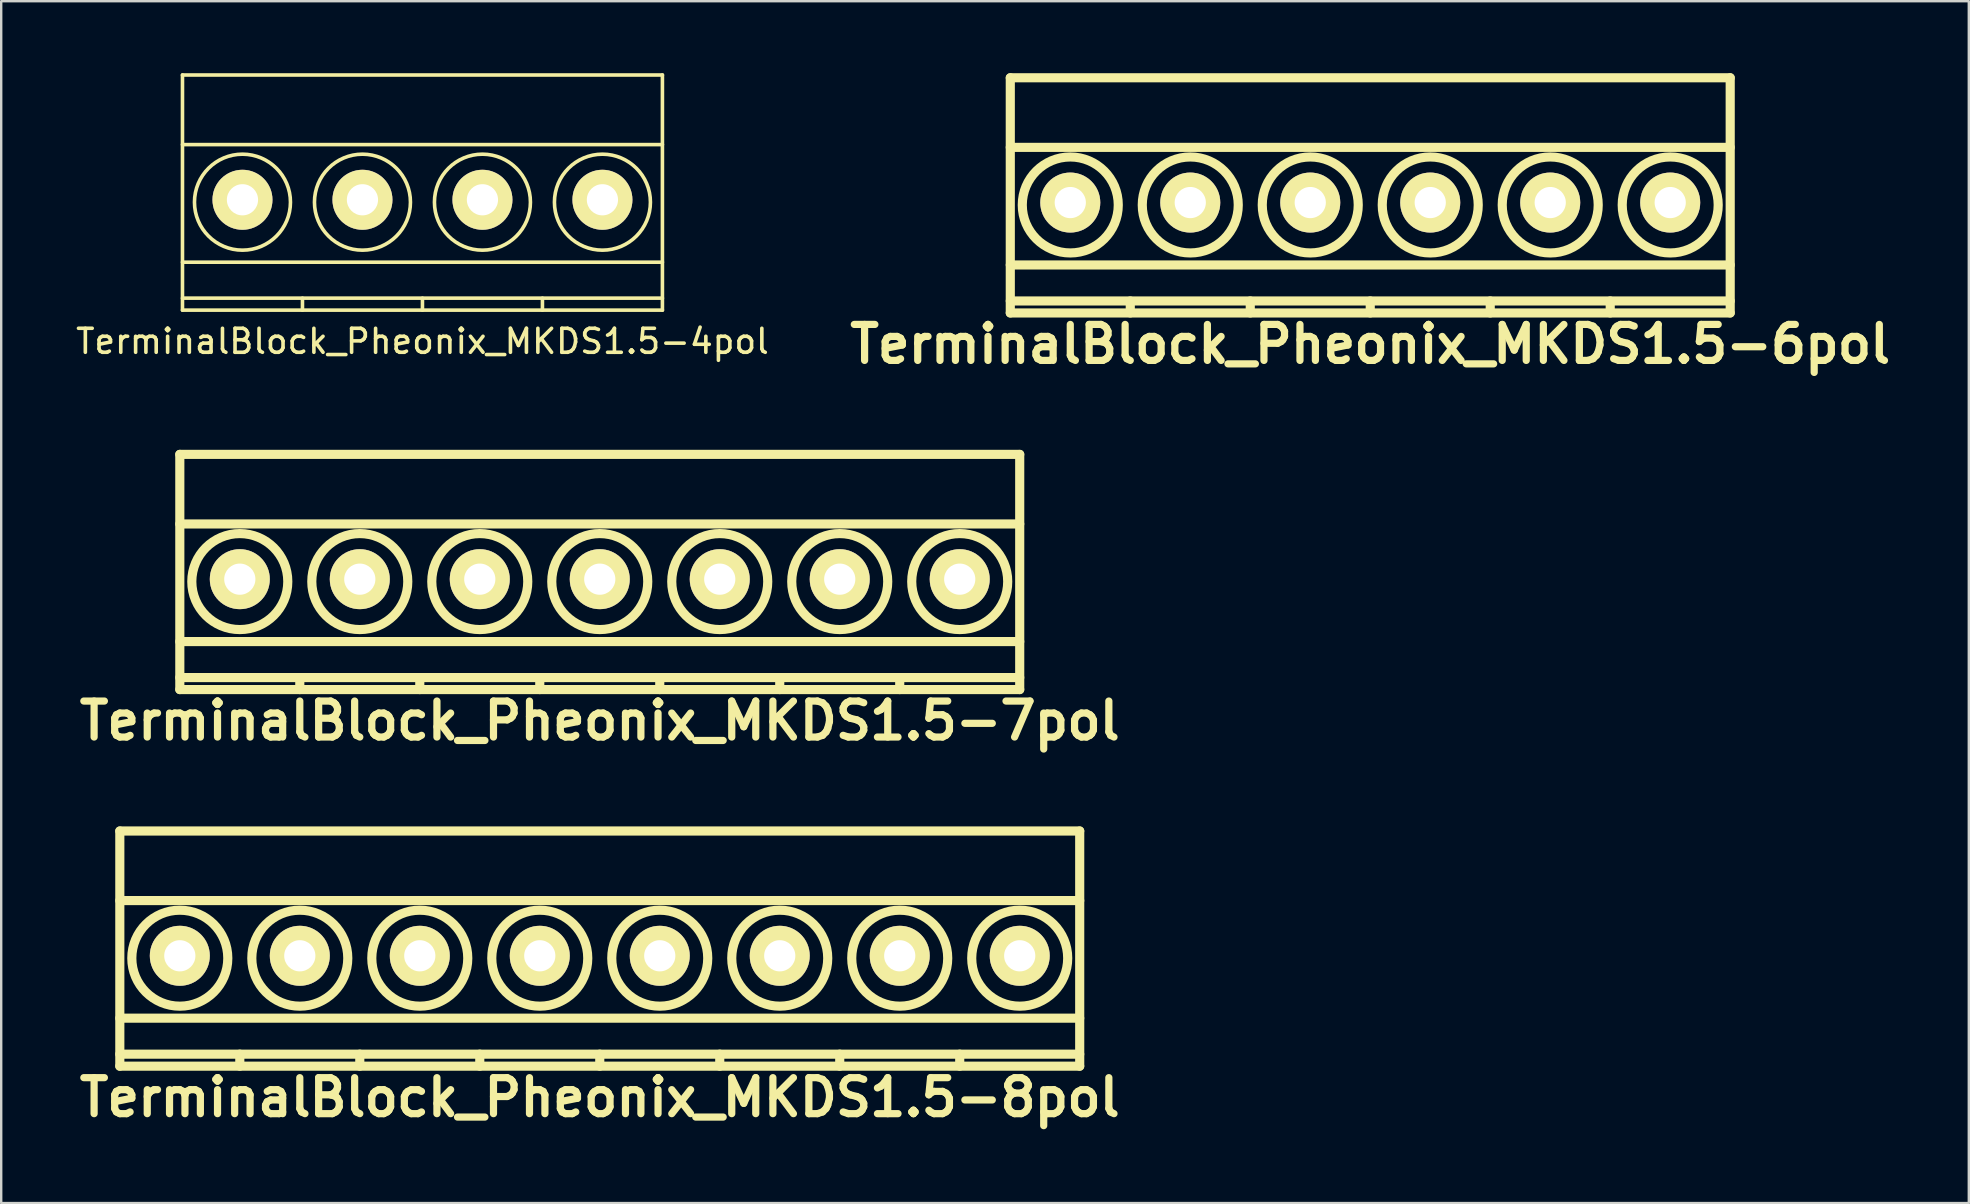
<source format=kicad_pcb>
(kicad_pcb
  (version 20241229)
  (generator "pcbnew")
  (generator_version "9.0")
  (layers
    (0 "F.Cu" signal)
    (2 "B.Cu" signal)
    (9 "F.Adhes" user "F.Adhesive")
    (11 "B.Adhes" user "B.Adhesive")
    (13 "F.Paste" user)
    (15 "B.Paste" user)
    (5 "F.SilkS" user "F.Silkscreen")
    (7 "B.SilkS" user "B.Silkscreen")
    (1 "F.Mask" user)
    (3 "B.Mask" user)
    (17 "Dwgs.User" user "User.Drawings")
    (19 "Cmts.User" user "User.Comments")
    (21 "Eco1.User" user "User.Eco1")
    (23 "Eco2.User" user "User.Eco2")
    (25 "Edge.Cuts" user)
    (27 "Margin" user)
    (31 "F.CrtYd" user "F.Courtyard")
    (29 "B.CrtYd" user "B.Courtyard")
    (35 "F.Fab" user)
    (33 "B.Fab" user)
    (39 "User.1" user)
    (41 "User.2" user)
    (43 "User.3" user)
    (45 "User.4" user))
  (footprint "TerminalBlock_Pheonix_MKDS1.5-7pol"
    (layer "F.Cu")
    (at 21.943 21.085)
    (property "Reference" "TerminalBlock_Pheonix_MKDS1.5-7pol" (at 0 5.9 0) (layer "F.SilkS") (effects (font (size 1.5 1.5) (thickness 0.3))))
    (attr through_hole)
    (fp_line (start -17.5 -5.2) (end -17.5 4.6) (stroke (width 0.381) (type solid)) (layer "F.SilkS"))
    (fp_line (start -17.5 -2.3) (end 17.5 -2.3) (stroke (width 0.381) (type solid)) (layer "F.SilkS"))
    (fp_line (start -17.5 2.6) (end 17.5 2.6) (stroke (width 0.381) (type solid)) (layer "F.SilkS"))
    (fp_line (start -17.5 4.1) (end 17.5 4.1) (stroke (width 0.381) (type solid)) (layer "F.SilkS"))
    (fp_line (start -17.5 4.6) (end 17.5 4.6) (stroke (width 0.381) (type solid)) (layer "F.SilkS"))
    (fp_line (start -12.5 4.1) (end -12.5 4.6) (stroke (width 0.381) (type solid)) (layer "F.SilkS"))
    (fp_line (start -7.5 4.1) (end -7.5 4.6) (stroke (width 0.381) (type solid)) (layer "F.SilkS"))
    (fp_line (start -2.5 4.1) (end -2.5 4.6) (stroke (width 0.381) (type solid)) (layer "F.SilkS"))
    (fp_line (start 2.5 4.1) (end 2.5 4.6) (stroke (width 0.381) (type solid)) (layer "F.SilkS"))
    (fp_line (start 7.5 4.1) (end 7.5 4.6) (stroke (width 0.381) (type solid)) (layer "F.SilkS"))
    (fp_line (start 12.5 4.1) (end 12.5 4.6) (stroke (width 0.381) (type solid)) (layer "F.SilkS"))
    (fp_line (start 17.5 -5.2) (end -17.5 -5.2) (stroke (width 0.381) (type solid)) (layer "F.SilkS"))
    (fp_line (start 17.5 4.6) (end 17.5 -5.2) (stroke (width 0.381) (type solid)) (layer "F.SilkS"))
    (fp_circle (center -15 0.1) (end -13 0.1) (stroke (width 0.381) (type solid)) (fill no) (layer "F.SilkS"))
    (fp_circle (center -10 0.1) (end -12 0.1) (stroke (width 0.381) (type solid)) (fill no) (layer "F.SilkS"))
    (fp_circle (center -5 0.1) (end -7 0.1) (stroke (width 0.381) (type solid)) (fill no) (layer "F.SilkS"))
    (fp_circle (center 0 0.1) (end -2 0.1) (stroke (width 0.381) (type solid)) (fill no) (layer "F.SilkS"))
    (fp_circle (center 5 0.1) (end 3 0.1) (stroke (width 0.381) (type solid)) (fill no) (layer "F.SilkS"))
    (fp_circle (center 10 0.1) (end 8 0.1) (stroke (width 0.381) (type solid)) (fill no) (layer "F.SilkS"))
    (fp_circle (center 15 0.1) (end 13 0.1) (stroke (width 0.381) (type solid)) (fill no) (layer "F.SilkS"))
    (pad "1" thru_hole circle (at -15 0) (size 2.5 2.5) (drill 1.3) (layers "*.Cu" "*.Mask" "F.SilkS"))
    (pad "2" thru_hole circle (at -10 0) (size 2.5 2.5) (drill 1.3) (layers "*.Cu" "*.Mask" "F.SilkS"))
    (pad "3" thru_hole circle (at -5 0) (size 2.5 2.5) (drill 1.3) (layers "*.Cu" "*.Mask" "F.SilkS"))
    (pad "4" thru_hole circle (at 0 0) (size 2.5 2.5) (drill 1.3) (layers "*.Cu" "*.Mask" "F.SilkS"))
    (pad "5" thru_hole circle (at 5 0) (size 2.5 2.5) (drill 1.3) (layers "*.Cu" "*.Mask" "F.SilkS"))
    (pad "6" thru_hole circle (at 10 0) (size 2.5 2.5) (drill 1.3) (layers "*.Cu" "*.Mask" "F.SilkS"))
    (pad "7" thru_hole circle (at 15 0) (size 2.5 2.5) (drill 1.3) (layers "*.Cu" "*.Mask" "F.SilkS")))
  (footprint "TerminalBlock_Pheonix_MKDS1.5-8pol"
    (layer "F.Cu")
    (at 21.943 36.779)
    (property "Reference" "TerminalBlock_Pheonix_MKDS1.5-8pol" (at 0 5.9 0) (layer "F.SilkS") (effects (font (size 1.5 1.5) (thickness 0.3))))
    (attr through_hole)
    (fp_line (start -20 -5.2) (end -20 4.6) (stroke (width 0.381) (type solid)) (layer "F.SilkS"))
    (fp_line (start -20 -2.3) (end 20 -2.3) (stroke (width 0.381) (type solid)) (layer "F.SilkS"))
    (fp_line (start -20 2.6) (end 20 2.6) (stroke (width 0.381) (type solid)) (layer "F.SilkS"))
    (fp_line (start -20 4.1) (end 20 4.1) (stroke (width 0.381) (type solid)) (layer "F.SilkS"))
    (fp_line (start -20 4.6) (end 20 4.6) (stroke (width 0.381) (type solid)) (layer "F.SilkS"))
    (fp_line (start -15 4.1) (end -15 4.6) (stroke (width 0.381) (type solid)) (layer "F.SilkS"))
    (fp_line (start -10 4.1) (end -10 4.6) (stroke (width 0.381) (type solid)) (layer "F.SilkS"))
    (fp_line (start -5 4.1) (end -5 4.6) (stroke (width 0.381) (type solid)) (layer "F.SilkS"))
    (fp_line (start 0 4.1) (end 0 4.6) (stroke (width 0.381) (type solid)) (layer "F.SilkS"))
    (fp_line (start 5 4.1) (end 5 4.6) (stroke (width 0.381) (type solid)) (layer "F.SilkS"))
    (fp_line (start 10 4.1) (end 10 4.6) (stroke (width 0.381) (type solid)) (layer "F.SilkS"))
    (fp_line (start 15 4.1) (end 15 4.6) (stroke (width 0.381) (type solid)) (layer "F.SilkS"))
    (fp_line (start 20 -5.2) (end -20 -5.2) (stroke (width 0.381) (type solid)) (layer "F.SilkS"))
    (fp_line (start 20 4.6) (end 20 -5.2) (stroke (width 0.381) (type solid)) (layer "F.SilkS"))
    (fp_circle (center -17.5 0.1) (end -15.5 0.1) (stroke (width 0.381) (type solid)) (fill no) (layer "F.SilkS"))
    (fp_circle (center -12.5 0.1) (end -14.5 0.1) (stroke (width 0.381) (type solid)) (fill no) (layer "F.SilkS"))
    (fp_circle (center -7.5 0.1) (end -9.5 0.1) (stroke (width 0.381) (type solid)) (fill no) (layer "F.SilkS"))
    (fp_circle (center -2.5 0.1) (end -4.5 0.1) (stroke (width 0.381) (type solid)) (fill no) (layer "F.SilkS"))
    (fp_circle (center 2.5 0.1) (end 0.5 0.1) (stroke (width 0.381) (type solid)) (fill no) (layer "F.SilkS"))
    (fp_circle (center 7.5 0.1) (end 5.5 0.1) (stroke (width 0.381) (type solid)) (fill no) (layer "F.SilkS"))
    (fp_circle (center 12.5 0.1) (end 10.5 0.1) (stroke (width 0.381) (type solid)) (fill no) (layer "F.SilkS"))
    (fp_circle (center 17.5 0.1) (end 15.5 0.1) (stroke (width 0.381) (type solid)) (fill no) (layer "F.SilkS"))
    (pad "1" thru_hole circle (at -17.5 0) (size 2.5 2.5) (drill 1.3) (layers "*.Cu" "*.Mask" "F.SilkS"))
    (pad "2" thru_hole circle (at -12.5 0) (size 2.5 2.5) (drill 1.3) (layers "*.Cu" "*.Mask" "F.SilkS"))
    (pad "3" thru_hole circle (at -7.5 0) (size 2.5 2.5) (drill 1.3) (layers "*.Cu" "*.Mask" "F.SilkS"))
    (pad "4" thru_hole circle (at -2.5 0) (size 2.5 2.5) (drill 1.3) (layers "*.Cu" "*.Mask" "F.SilkS"))
    (pad "5" thru_hole circle (at 2.5 0) (size 2.5 2.5) (drill 1.3) (layers "*.Cu" "*.Mask" "F.SilkS"))
    (pad "6" thru_hole circle (at 7.5 0) (size 2.5 2.5) (drill 1.3) (layers "*.Cu" "*.Mask" "F.SilkS"))
    (pad "7" thru_hole circle (at 12.5 0) (size 2.5 2.5) (drill 1.3) (layers "*.Cu" "*.Mask" "F.SilkS"))
    (pad "8" thru_hole circle (at 17.5 0) (size 2.5 2.5) (drill 1.3) (layers "*.Cu" "*.Mask" "F.SilkS")))
  (footprint "TerminalBlock_Pheonix_MKDS1.5-4pol"
    (layer "F.Cu")
    (at 14.554 5.275)
    (property "Reference" "TerminalBlock_Pheonix_MKDS1.5-4pol" (at 0 5.9 0) (layer "F.SilkS") (effects (font (size 1 1) (thickness 0.15))))
    (attr through_hole)
    (fp_line (start -10 -5.2) (end -10 4.6) (stroke (width 0.15) (type solid)) (layer "F.SilkS"))
    (fp_line (start -10 -2.3) (end 10 -2.3) (stroke (width 0.15) (type solid)) (layer "F.SilkS"))
    (fp_line (start -10 2.6) (end 10 2.6) (stroke (width 0.15) (type solid)) (layer "F.SilkS"))
    (fp_line (start -10 4.1) (end 10 4.1) (stroke (width 0.15) (type solid)) (layer "F.SilkS"))
    (fp_line (start -10 4.6) (end 10 4.6) (stroke (width 0.15) (type solid)) (layer "F.SilkS"))
    (fp_line (start -5 4.1) (end -5 4.6) (stroke (width 0.15) (type solid)) (layer "F.SilkS"))
    (fp_line (start 0 4.1) (end 0 4.6) (stroke (width 0.15) (type solid)) (layer "F.SilkS"))
    (fp_line (start 5 4.1) (end 5 4.6) (stroke (width 0.15) (type solid)) (layer "F.SilkS"))
    (fp_line (start 10 -5.2) (end -10 -5.2) (stroke (width 0.15) (type solid)) (layer "F.SilkS"))
    (fp_line (start 10 4.6) (end 10 -5.2) (stroke (width 0.15) (type solid)) (layer "F.SilkS"))
    (fp_circle (center -7.5 0.1) (end -5.5 0.1) (stroke (width 0.15) (type solid)) (fill no) (layer "F.SilkS"))
    (fp_circle (center -2.5 0.1) (end -4.5 0.1) (stroke (width 0.15) (type solid)) (fill no) (layer "F.SilkS"))
    (fp_circle (center 2.5 0.1) (end 0.5 0.1) (stroke (width 0.15) (type solid)) (fill no) (layer "F.SilkS"))
    (fp_circle (center 7.5 0.1) (end 5.5 0.1) (stroke (width 0.15) (type solid)) (fill no) (layer "F.SilkS"))
    (pad "1" thru_hole circle (at -7.5 0) (size 2.5 2.5) (drill 1.3) (layers "*.Cu" "*.Mask" "F.SilkS"))
    (pad "2" thru_hole circle (at -2.5 0) (size 2.5 2.5) (drill 1.3) (layers "*.Cu" "*.Mask" "F.SilkS"))
    (pad "3" thru_hole circle (at 2.5 0) (size 2.5 2.5) (drill 1.3) (layers "*.Cu" "*.Mask" "F.SilkS"))
    (pad "4" thru_hole circle (at 7.5 0) (size 2.5 2.5) (drill 1.3) (layers "*.Cu" "*.Mask" "F.SilkS")))
  (footprint "TerminalBlock_Pheonix_MKDS1.5-6pol"
    (layer "F.Cu")
    (at 54.05 5.391)
    (property "Reference" "TerminalBlock_Pheonix_MKDS1.5-6pol" (at 0 5.9 0) (layer "F.SilkS") (effects (font (size 1.5 1.5) (thickness 0.3))))
    (attr through_hole)
    (fp_line (start -15 -5.2) (end -15 4.6) (stroke (width 0.381) (type solid)) (layer "F.SilkS"))
    (fp_line (start -15 -2.3) (end 15 -2.3) (stroke (width 0.381) (type solid)) (layer "F.SilkS"))
    (fp_line (start -15 2.6) (end 15 2.6) (stroke (width 0.381) (type solid)) (layer "F.SilkS"))
    (fp_line (start -15 4.1) (end 15 4.1) (stroke (width 0.381) (type solid)) (layer "F.SilkS"))
    (fp_line (start -15 4.6) (end 15 4.6) (stroke (width 0.381) (type solid)) (layer "F.SilkS"))
    (fp_line (start -10 4.1) (end -10 4.6) (stroke (width 0.381) (type solid)) (layer "F.SilkS"))
    (fp_line (start -5 4.1) (end -5 4.6) (stroke (width 0.381) (type solid)) (layer "F.SilkS"))
    (fp_line (start 0 4.1) (end 0 4.6) (stroke (width 0.381) (type solid)) (layer "F.SilkS"))
    (fp_line (start 5 4.1) (end 5 4.6) (stroke (width 0.381) (type solid)) (layer "F.SilkS"))
    (fp_line (start 10 4.1) (end 10 4.6) (stroke (width 0.381) (type solid)) (layer "F.SilkS"))
    (fp_line (start 15 -5.2) (end -15 -5.2) (stroke (width 0.381) (type solid)) (layer "F.SilkS"))
    (fp_line (start 15 4.6) (end 15 -5.2) (stroke (width 0.381) (type solid)) (layer "F.SilkS"))
    (fp_circle (center -12.5 0.1) (end -10.5 0.1) (stroke (width 0.381) (type solid)) (fill no) (layer "F.SilkS"))
    (fp_circle (center -7.5 0.1) (end -9.5 0.1) (stroke (width 0.381) (type solid)) (fill no) (layer "F.SilkS"))
    (fp_circle (center -2.5 0.1) (end -4.5 0.1) (stroke (width 0.381) (type solid)) (fill no) (layer "F.SilkS"))
    (fp_circle (center 2.5 0.1) (end 0.5 0.1) (stroke (width 0.381) (type solid)) (fill no) (layer "F.SilkS"))
    (fp_circle (center 7.5 0.1) (end 5.5 0.1) (stroke (width 0.381) (type solid)) (fill no) (layer "F.SilkS"))
    (fp_circle (center 12.5 0.1) (end 10.5 0.1) (stroke (width 0.381) (type solid)) (fill no) (layer "F.SilkS"))
    (pad "1" thru_hole circle (at -12.5 0) (size 2.5 2.5) (drill 1.3) (layers "*.Cu" "*.Mask" "F.SilkS"))
    (pad "2" thru_hole circle (at -7.5 0) (size 2.5 2.5) (drill 1.3) (layers "*.Cu" "*.Mask" "F.SilkS"))
    (pad "3" thru_hole circle (at -2.5 0) (size 2.5 2.5) (drill 1.3) (layers "*.Cu" "*.Mask" "F.SilkS"))
    (pad "4" thru_hole circle (at 2.5 0) (size 2.5 2.5) (drill 1.3) (layers "*.Cu" "*.Mask" "F.SilkS"))
    (pad "5" thru_hole circle (at 7.5 0) (size 2.5 2.5) (drill 1.3) (layers "*.Cu" "*.Mask" "F.SilkS"))
    (pad "6" thru_hole circle (at 12.5 0) (size 2.5 2.5) (drill 1.3) (layers "*.Cu" "*.Mask" "F.SilkS")))
  (gr_rect
    (start -3 -3)
    (end 78.993 47.084)
    (stroke (width 0.1) (type default))
    (fill no)
    (layer "Edge.Cuts")))
</source>
